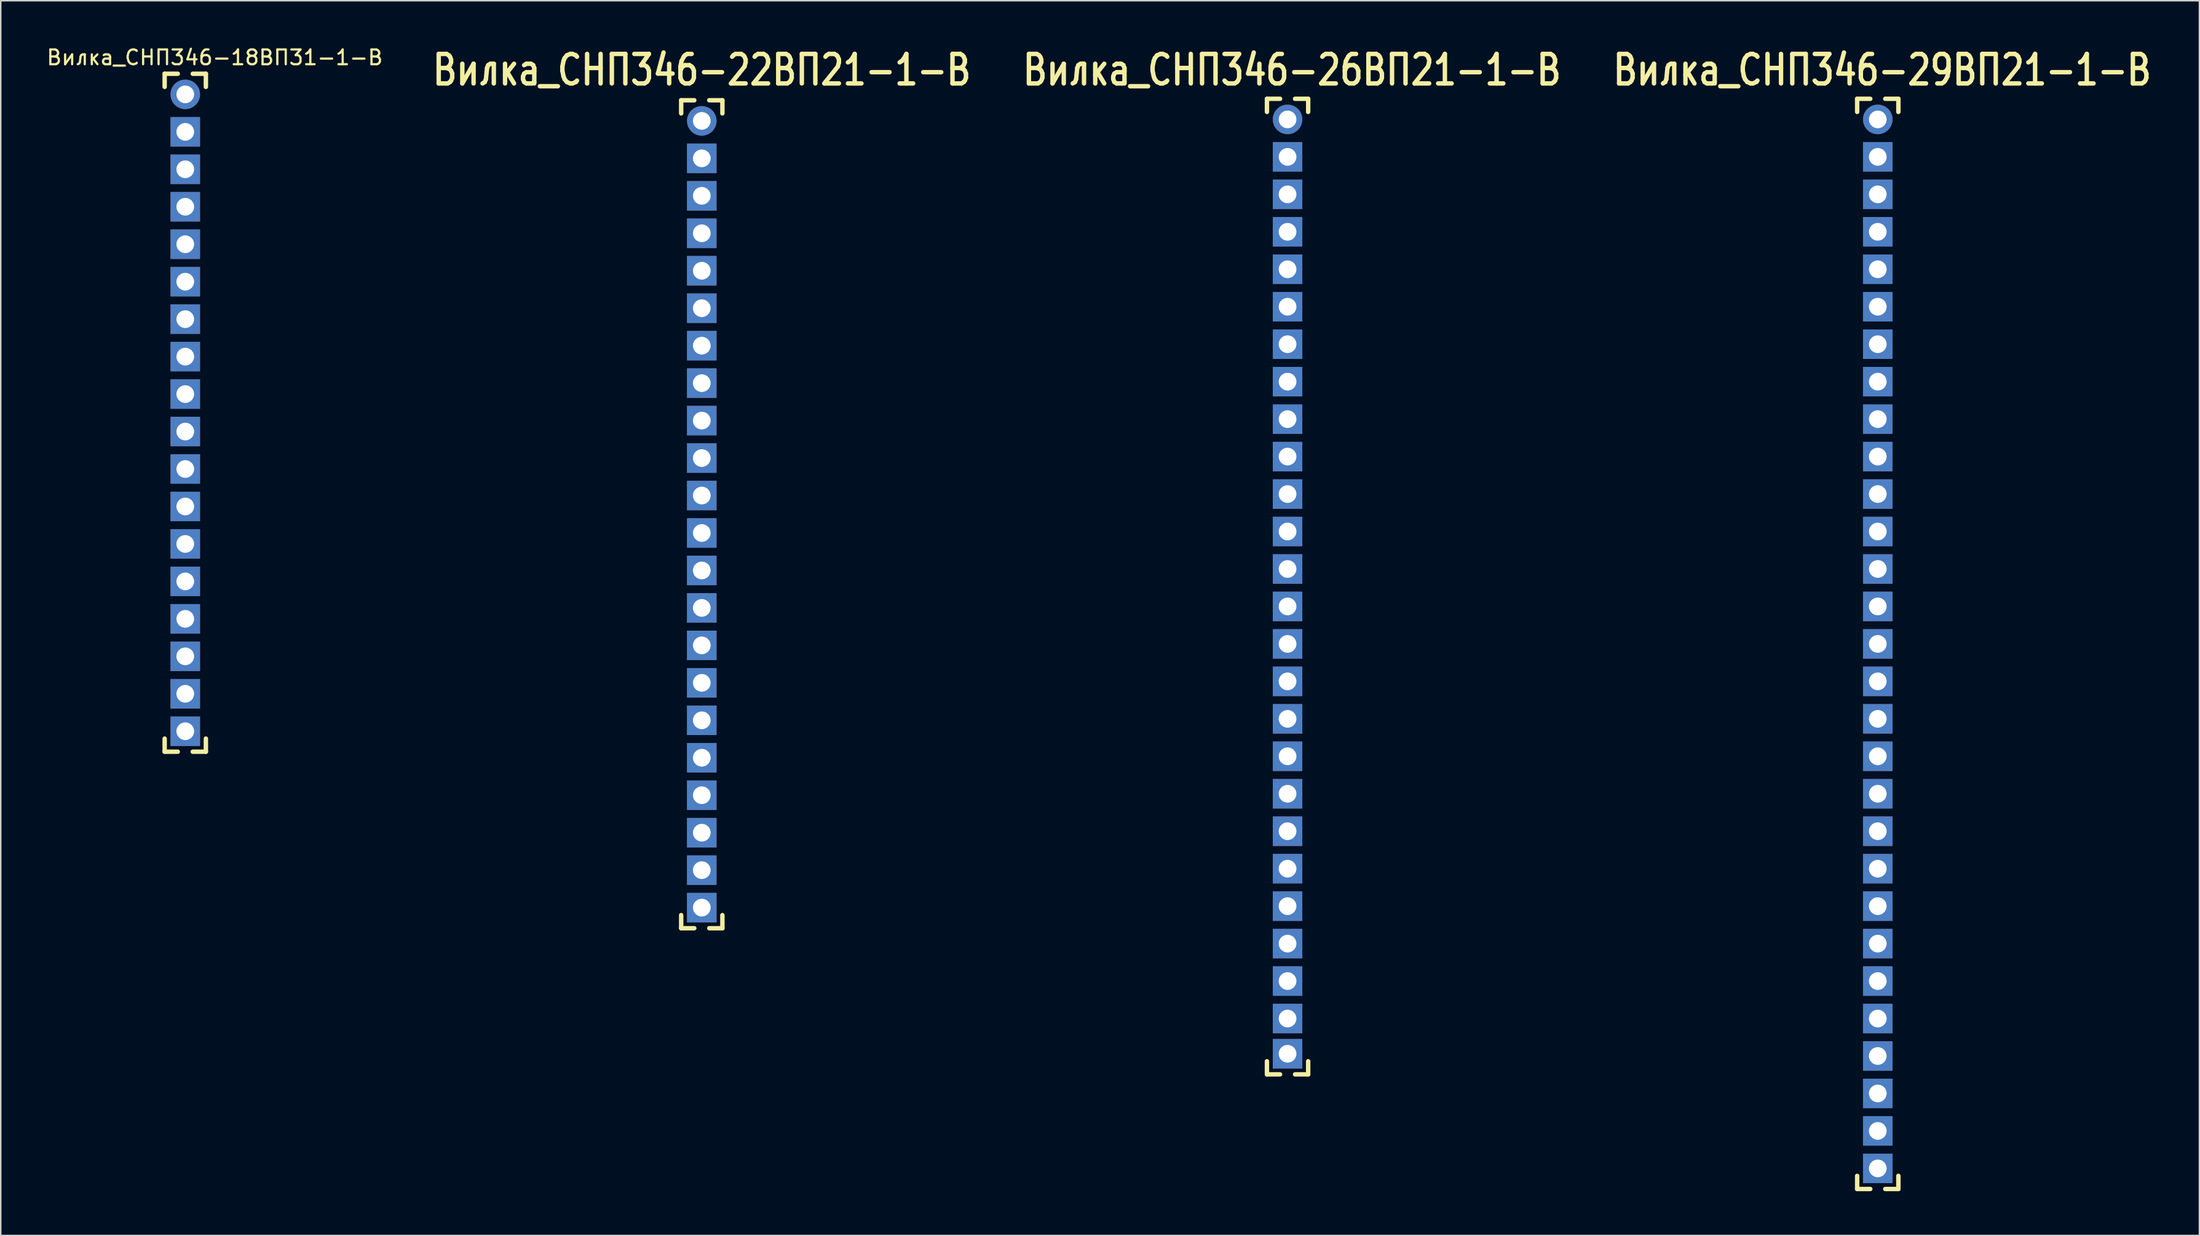
<source format=kicad_pcb>
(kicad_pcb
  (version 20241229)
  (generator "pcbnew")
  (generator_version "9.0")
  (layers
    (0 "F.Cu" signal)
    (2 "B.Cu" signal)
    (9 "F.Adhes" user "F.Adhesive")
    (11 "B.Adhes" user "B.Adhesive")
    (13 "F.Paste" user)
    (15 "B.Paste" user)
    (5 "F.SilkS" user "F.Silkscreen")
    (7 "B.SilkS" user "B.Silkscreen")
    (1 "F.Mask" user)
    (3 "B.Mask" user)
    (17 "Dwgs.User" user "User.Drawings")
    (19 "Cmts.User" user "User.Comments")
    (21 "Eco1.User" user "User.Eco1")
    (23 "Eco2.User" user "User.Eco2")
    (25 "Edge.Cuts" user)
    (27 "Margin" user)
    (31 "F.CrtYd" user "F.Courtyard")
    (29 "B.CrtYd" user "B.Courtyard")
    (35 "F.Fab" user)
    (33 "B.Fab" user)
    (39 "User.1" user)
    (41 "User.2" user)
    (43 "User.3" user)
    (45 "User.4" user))
  (footprint "Вилка_СНП346-22ВП21-1-В"
    (layer "F.Cu")
    (at 44.511 5.146)
    (property "Reference" "Вилка_СНП346-22ВП21-1-В" (at 0 -3.45 0) (layer "F.SilkS") (effects (font (size 2 1.6) (thickness 0.3))))
    (attr through_hole)
    (fp_line (start -1.397 -1.397) (end -1.397 -0.508) (stroke (width 0.3) (type solid)) (layer "F.SilkS"))
    (fp_line (start -1.397 -1.397) (end -0.508 -1.397) (stroke (width 0.3) (type solid)) (layer "F.SilkS"))
    (fp_line (start -1.397 54.737) (end -1.397 53.848) (stroke (width 0.3) (type solid)) (layer "F.SilkS"))
    (fp_line (start -1.397 54.737) (end -0.508 54.737) (stroke (width 0.3) (type solid)) (layer "F.SilkS"))
    (fp_line (start 1.397 -1.397) (end 0.508 -1.397) (stroke (width 0.3) (type solid)) (layer "F.SilkS"))
    (fp_line (start 1.397 -1.397) (end 1.397 -0.508) (stroke (width 0.3) (type solid)) (layer "F.SilkS"))
    (fp_line (start 1.397 54.737) (end 0.508 54.737) (stroke (width 0.3) (type solid)) (layer "F.SilkS"))
    (fp_line (start 1.397 54.737) (end 1.397 53.848) (stroke (width 0.3) (type solid)) (layer "F.SilkS"))
    (pad "1" thru_hole circle (at 0 0) (size 2 2) (drill 1.2) (layers "*.Cu" "*.Mask"))
    (pad "2" thru_hole rect (at 0 2.54) (size 2 2) (drill 1.2) (layers "*.Cu" "*.Mask"))
    (pad "3" thru_hole rect (at 0 5.08) (size 2 2) (drill 1.2) (layers "*.Cu" "*.Mask"))
    (pad "4" thru_hole rect (at 0 7.62) (size 2 2) (drill 1.2) (layers "*.Cu" "*.Mask"))
    (pad "5" thru_hole rect (at 0 10.16) (size 2 2) (drill 1.2) (layers "*.Cu" "*.Mask"))
    (pad "6" thru_hole rect (at 0 12.7) (size 2 2) (drill 1.2) (layers "*.Cu" "*.Mask"))
    (pad "7" thru_hole rect (at 0 15.24) (size 2 2) (drill 1.2) (layers "*.Cu" "*.Mask"))
    (pad "8" thru_hole rect (at 0 17.78) (size 2 2) (drill 1.2) (layers "*.Cu" "*.Mask"))
    (pad "9" thru_hole rect (at 0 20.32) (size 2 2) (drill 1.2) (layers "*.Cu" "*.Mask"))
    (pad "10" thru_hole rect (at 0 22.86) (size 2 2) (drill 1.2) (layers "*.Cu" "*.Mask"))
    (pad "11" thru_hole rect (at 0 25.4) (size 2 2) (drill 1.2) (layers "*.Cu" "*.Mask"))
    (pad "12" thru_hole rect (at 0 27.94) (size 2 2) (drill 1.2) (layers "*.Cu" "*.Mask"))
    (pad "13" thru_hole rect (at 0 30.48) (size 2 2) (drill 1.2) (layers "*.Cu" "*.Mask"))
    (pad "14" thru_hole rect (at 0 33.02) (size 2 2) (drill 1.2) (layers "*.Cu" "*.Mask"))
    (pad "15" thru_hole rect (at 0 35.56) (size 2 2) (drill 1.2) (layers "*.Cu" "*.Mask"))
    (pad "16" thru_hole rect (at 0 38.1) (size 2 2) (drill 1.2) (layers "*.Cu" "*.Mask"))
    (pad "17" thru_hole rect (at 0 40.64) (size 2 2) (drill 1.2) (layers "*.Cu" "*.Mask"))
    (pad "18" thru_hole rect (at 0 43.18) (size 2 2) (drill 1.2) (layers "*.Cu" "*.Mask"))
    (pad "19" thru_hole rect (at 0 45.72) (size 2 2) (drill 1.2) (layers "*.Cu" "*.Mask"))
    (pad "20" thru_hole rect (at 0 48.26) (size 2 2) (drill 1.2) (layers "*.Cu" "*.Mask"))
    (pad "21" thru_hole rect (at 0 50.8) (size 2 2) (drill 1.2) (layers "*.Cu" "*.Mask"))
    (pad "22" thru_hole rect (at 0 53.34) (size 2 2) (drill 1.2) (layers "*.Cu" "*.Mask")))
  (footprint "Вилка_СНП346-26ВП21-1-В"
    (layer "F.Cu")
    (at 84.21 5.046)
    (property "Reference" "Вилка_СНП346-26ВП21-1-В" (at 0.3 -3.35 0) (layer "F.SilkS") (effects (font (size 2 1.6) (thickness 0.3))))
    (attr through_hole)
    (fp_line (start -1.397 -1.397) (end -1.397 -0.508) (stroke (width 0.3) (type solid)) (layer "F.SilkS"))
    (fp_line (start -1.397 -1.397) (end -0.508 -1.397) (stroke (width 0.3) (type solid)) (layer "F.SilkS"))
    (fp_line (start -1.397 64.745) (end -1.397 63.856) (stroke (width 0.3) (type solid)) (layer "F.SilkS"))
    (fp_line (start -1.397 64.745) (end -0.508 64.745) (stroke (width 0.3) (type solid)) (layer "F.SilkS"))
    (fp_line (start 1.397 -1.397) (end 0.508 -1.397) (stroke (width 0.3) (type solid)) (layer "F.SilkS"))
    (fp_line (start 1.397 -1.397) (end 1.397 -0.508) (stroke (width 0.3) (type solid)) (layer "F.SilkS"))
    (fp_line (start 1.397 64.745) (end 0.508 64.745) (stroke (width 0.3) (type solid)) (layer "F.SilkS"))
    (fp_line (start 1.397 64.745) (end 1.397 63.856) (stroke (width 0.3) (type solid)) (layer "F.SilkS"))
    (pad "1" thru_hole circle (at 0 0) (size 2 2) (drill 1.2) (layers "*.Cu" "*.Mask"))
    (pad "2" thru_hole rect (at 0 2.54) (size 2 2) (drill 1.2) (layers "*.Cu" "*.Mask"))
    (pad "3" thru_hole rect (at 0 5.08) (size 2 2) (drill 1.2) (layers "*.Cu" "*.Mask"))
    (pad "4" thru_hole rect (at 0 7.62) (size 2 2) (drill 1.2) (layers "*.Cu" "*.Mask"))
    (pad "5" thru_hole rect (at 0 10.16) (size 2 2) (drill 1.2) (layers "*.Cu" "*.Mask"))
    (pad "6" thru_hole rect (at 0 12.7) (size 2 2) (drill 1.2) (layers "*.Cu" "*.Mask"))
    (pad "7" thru_hole rect (at 0 15.24) (size 2 2) (drill 1.2) (layers "*.Cu" "*.Mask"))
    (pad "8" thru_hole rect (at 0 17.78) (size 2 2) (drill 1.2) (layers "*.Cu" "*.Mask"))
    (pad "9" thru_hole rect (at 0 20.32) (size 2 2) (drill 1.2) (layers "*.Cu" "*.Mask"))
    (pad "10" thru_hole rect (at 0 22.86) (size 2 2) (drill 1.2) (layers "*.Cu" "*.Mask"))
    (pad "11" thru_hole rect (at 0 25.4) (size 2 2) (drill 1.2) (layers "*.Cu" "*.Mask"))
    (pad "12" thru_hole rect (at 0 27.94) (size 2 2) (drill 1.2) (layers "*.Cu" "*.Mask"))
    (pad "13" thru_hole rect (at 0 30.48) (size 2 2) (drill 1.2) (layers "*.Cu" "*.Mask"))
    (pad "14" thru_hole rect (at 0 33.02) (size 2 2) (drill 1.2) (layers "*.Cu" "*.Mask"))
    (pad "15" thru_hole rect (at 0 35.56) (size 2 2) (drill 1.2) (layers "*.Cu" "*.Mask"))
    (pad "16" thru_hole rect (at 0 38.1) (size 2 2) (drill 1.2) (layers "*.Cu" "*.Mask"))
    (pad "17" thru_hole rect (at 0 40.64) (size 2 2) (drill 1.2) (layers "*.Cu" "*.Mask"))
    (pad "18" thru_hole rect (at 0 43.18) (size 2 2) (drill 1.2) (layers "*.Cu" "*.Mask"))
    (pad "19" thru_hole rect (at 0 45.72) (size 2 2) (drill 1.2) (layers "*.Cu" "*.Mask"))
    (pad "20" thru_hole rect (at 0 48.26) (size 2 2) (drill 1.2) (layers "*.Cu" "*.Mask"))
    (pad "21" thru_hole rect (at 0 50.8) (size 2 2) (drill 1.2) (layers "*.Cu" "*.Mask"))
    (pad "22" thru_hole rect (at 0 53.34) (size 2 2) (drill 1.2) (layers "*.Cu" "*.Mask"))
    (pad "23" thru_hole rect (at 0 55.88) (size 2 2) (drill 1.2) (layers "*.Cu" "*.Mask"))
    (pad "24" thru_hole rect (at 0 58.42) (size 2 2) (drill 1.2) (layers "*.Cu" "*.Mask"))
    (pad "25" thru_hole rect (at 0 60.96) (size 2 2) (drill 1.2) (layers "*.Cu" "*.Mask"))
    (pad "26" thru_hole rect (at 0 63.348) (size 2 2) (drill 1.2) (layers "*.Cu" "*.Mask")))
  (footprint "Вилка_СНП346-29ВП21-1-В"
    (layer "F.Cu")
    (at 124.21 5.046)
    (property "Reference" "Вилка_СНП346-29ВП21-1-В" (at 0.3 -3.35 0) (layer "F.SilkS") (effects (font (size 2 1.6) (thickness 0.3))))
    (attr through_hole)
    (fp_line (start -1.397 -1.397) (end -1.397 -0.508) (stroke (width 0.3) (type solid)) (layer "F.SilkS"))
    (fp_line (start -1.397 -1.397) (end -0.508 -1.397) (stroke (width 0.3) (type solid)) (layer "F.SilkS"))
    (fp_line (start -1.397 72.517) (end -1.397 71.628) (stroke (width 0.3) (type solid)) (layer "F.SilkS"))
    (fp_line (start -1.397 72.517) (end -0.508 72.517) (stroke (width 0.3) (type solid)) (layer "F.SilkS"))
    (fp_line (start 1.397 -1.397) (end 0.508 -1.397) (stroke (width 0.3) (type solid)) (layer "F.SilkS"))
    (fp_line (start 1.397 -1.397) (end 1.397 -0.508) (stroke (width 0.3) (type solid)) (layer "F.SilkS"))
    (fp_line (start 1.397 72.517) (end 0.508 72.517) (stroke (width 0.3) (type solid)) (layer "F.SilkS"))
    (fp_line (start 1.397 72.517) (end 1.397 71.628) (stroke (width 0.3) (type solid)) (layer "F.SilkS"))
    (pad "1" thru_hole circle (at 0 0) (size 2 2) (drill 1.2) (layers "*.Cu" "*.Mask"))
    (pad "2" thru_hole rect (at 0 2.54) (size 2 2) (drill 1.2) (layers "*.Cu" "*.Mask"))
    (pad "3" thru_hole rect (at 0 5.08) (size 2 2) (drill 1.2) (layers "*.Cu" "*.Mask"))
    (pad "4" thru_hole rect (at 0 7.62) (size 2 2) (drill 1.2) (layers "*.Cu" "*.Mask"))
    (pad "5" thru_hole rect (at 0 10.16) (size 2 2) (drill 1.2) (layers "*.Cu" "*.Mask"))
    (pad "6" thru_hole rect (at 0 12.7) (size 2 2) (drill 1.2) (layers "*.Cu" "*.Mask"))
    (pad "7" thru_hole rect (at 0 15.24) (size 2 2) (drill 1.2) (layers "*.Cu" "*.Mask"))
    (pad "8" thru_hole rect (at 0 17.78) (size 2 2) (drill 1.2) (layers "*.Cu" "*.Mask"))
    (pad "9" thru_hole rect (at 0 20.32) (size 2 2) (drill 1.2) (layers "*.Cu" "*.Mask"))
    (pad "10" thru_hole rect (at 0 22.86) (size 2 2) (drill 1.2) (layers "*.Cu" "*.Mask"))
    (pad "11" thru_hole rect (at 0 25.4) (size 2 2) (drill 1.2) (layers "*.Cu" "*.Mask"))
    (pad "12" thru_hole rect (at 0 27.94) (size 2 2) (drill 1.2) (layers "*.Cu" "*.Mask"))
    (pad "13" thru_hole rect (at 0 30.48) (size 2 2) (drill 1.2) (layers "*.Cu" "*.Mask"))
    (pad "14" thru_hole rect (at 0 33.02) (size 2 2) (drill 1.2) (layers "*.Cu" "*.Mask"))
    (pad "15" thru_hole rect (at 0 35.56) (size 2 2) (drill 1.2) (layers "*.Cu" "*.Mask"))
    (pad "16" thru_hole rect (at 0 38.1) (size 2 2) (drill 1.2) (layers "*.Cu" "*.Mask"))
    (pad "17" thru_hole rect (at 0 40.64) (size 2 2) (drill 1.2) (layers "*.Cu" "*.Mask"))
    (pad "18" thru_hole rect (at 0 43.18) (size 2 2) (drill 1.2) (layers "*.Cu" "*.Mask"))
    (pad "19" thru_hole rect (at 0 45.72) (size 2 2) (drill 1.2) (layers "*.Cu" "*.Mask"))
    (pad "20" thru_hole rect (at 0 48.26) (size 2 2) (drill 1.2) (layers "*.Cu" "*.Mask"))
    (pad "21" thru_hole rect (at 0 50.8) (size 2 2) (drill 1.2) (layers "*.Cu" "*.Mask"))
    (pad "22" thru_hole rect (at 0 53.34) (size 2 2) (drill 1.2) (layers "*.Cu" "*.Mask"))
    (pad "23" thru_hole rect (at 0 55.88) (size 2 2) (drill 1.2) (layers "*.Cu" "*.Mask"))
    (pad "24" thru_hole rect (at 0 58.42) (size 2 2) (drill 1.2) (layers "*.Cu" "*.Mask"))
    (pad "25" thru_hole rect (at 0 60.96) (size 2 2) (drill 1.2) (layers "*.Cu" "*.Mask"))
    (pad "26" thru_hole rect (at 0 63.5) (size 2 2) (drill 1.2) (layers "*.Cu" "*.Mask"))
    (pad "27" thru_hole rect (at 0 66.04) (size 2 2) (drill 1.2) (layers "*.Cu" "*.Mask"))
    (pad "28" thru_hole rect (at 0 68.58) (size 2 2) (drill 1.2) (layers "*.Cu" "*.Mask"))
    (pad "29" thru_hole rect (at 0 71.12) (size 2 2) (drill 1.2) (layers "*.Cu" "*.Mask")))
  (footprint "Вилка_СНП346-18ВП31-1-В"
    (layer "F.Cu")
    (at 9.506 3.348)
    (property "Reference" "Вилка_СНП346-18ВП31-1-В" (at 2 -2.5 0) (layer "F.SilkS") (effects (font (size 1 1) (thickness 0.15))))
    (attr through_hole)
    (fp_line (start -1.397 -1.397) (end -1.397 -0.508) (stroke (width 0.3) (type solid)) (layer "F.SilkS"))
    (fp_line (start -1.397 -1.397) (end -0.508 -1.397) (stroke (width 0.3) (type solid)) (layer "F.SilkS"))
    (fp_line (start -1.397 44.567) (end -1.397 43.678) (stroke (width 0.3) (type solid)) (layer "F.SilkS"))
    (fp_line (start -1.397 44.567) (end -0.508 44.567) (stroke (width 0.3) (type solid)) (layer "F.SilkS"))
    (fp_line (start 1.397 -1.397) (end 0.508 -1.397) (stroke (width 0.3) (type solid)) (layer "F.SilkS"))
    (fp_line (start 1.397 -1.397) (end 1.397 -0.508) (stroke (width 0.3) (type solid)) (layer "F.SilkS"))
    (fp_line (start 1.397 44.567) (end 0.508 44.567) (stroke (width 0.3) (type solid)) (layer "F.SilkS"))
    (fp_line (start 1.397 44.567) (end 1.397 43.678) (stroke (width 0.3) (type solid)) (layer "F.SilkS"))
    (pad "1" thru_hole circle (at 0 0) (size 2 2) (drill 1.2) (layers "*.Cu" "*.Mask"))
    (pad "2" thru_hole rect (at 0 2.54) (size 2 2) (drill 1.2) (layers "*.Cu" "*.Mask"))
    (pad "3" thru_hole rect (at 0 5.08) (size 2 2) (drill 1.2) (layers "*.Cu" "*.Mask"))
    (pad "4" thru_hole rect (at 0 7.62) (size 2 2) (drill 1.2) (layers "*.Cu" "*.Mask"))
    (pad "5" thru_hole rect (at 0 10.16) (size 2 2) (drill 1.2) (layers "*.Cu" "*.Mask"))
    (pad "6" thru_hole rect (at 0 12.7) (size 2 2) (drill 1.2) (layers "*.Cu" "*.Mask"))
    (pad "7" thru_hole rect (at 0 15.24) (size 2 2) (drill 1.2) (layers "*.Cu" "*.Mask"))
    (pad "8" thru_hole rect (at 0 17.78) (size 2 2) (drill 1.2) (layers "*.Cu" "*.Mask"))
    (pad "9" thru_hole rect (at 0 20.32) (size 2 2) (drill 1.2) (layers "*.Cu" "*.Mask"))
    (pad "10" thru_hole rect (at 0 22.86) (size 2 2) (drill 1.2) (layers "*.Cu" "*.Mask"))
    (pad "11" thru_hole rect (at 0 25.4) (size 2 2) (drill 1.2) (layers "*.Cu" "*.Mask"))
    (pad "12" thru_hole rect (at 0 27.94) (size 2 2) (drill 1.2) (layers "*.Cu" "*.Mask"))
    (pad "13" thru_hole rect (at 0 30.48) (size 2 2) (drill 1.2) (layers "*.Cu" "*.Mask"))
    (pad "14" thru_hole rect (at 0 33.02) (size 2 2) (drill 1.2) (layers "*.Cu" "*.Mask"))
    (pad "15" thru_hole rect (at 0 35.56) (size 2 2) (drill 1.2) (layers "*.Cu" "*.Mask"))
    (pad "16" thru_hole rect (at 0 38.1) (size 2 2) (drill 1.2) (layers "*.Cu" "*.Mask"))
    (pad "17" thru_hole rect (at 0 40.64) (size 2 2) (drill 1.2) (layers "*.Cu" "*.Mask"))
    (pad "18" thru_hole rect (at 0 43.18) (size 2 2) (drill 1.2) (layers "*.Cu" "*.Mask")))
  (gr_rect
    (start -3 -3)
    (end 146.009 80.713)
    (stroke (width 0.1) (type default))
    (fill no)
    (layer "Edge.Cuts")))
</source>
